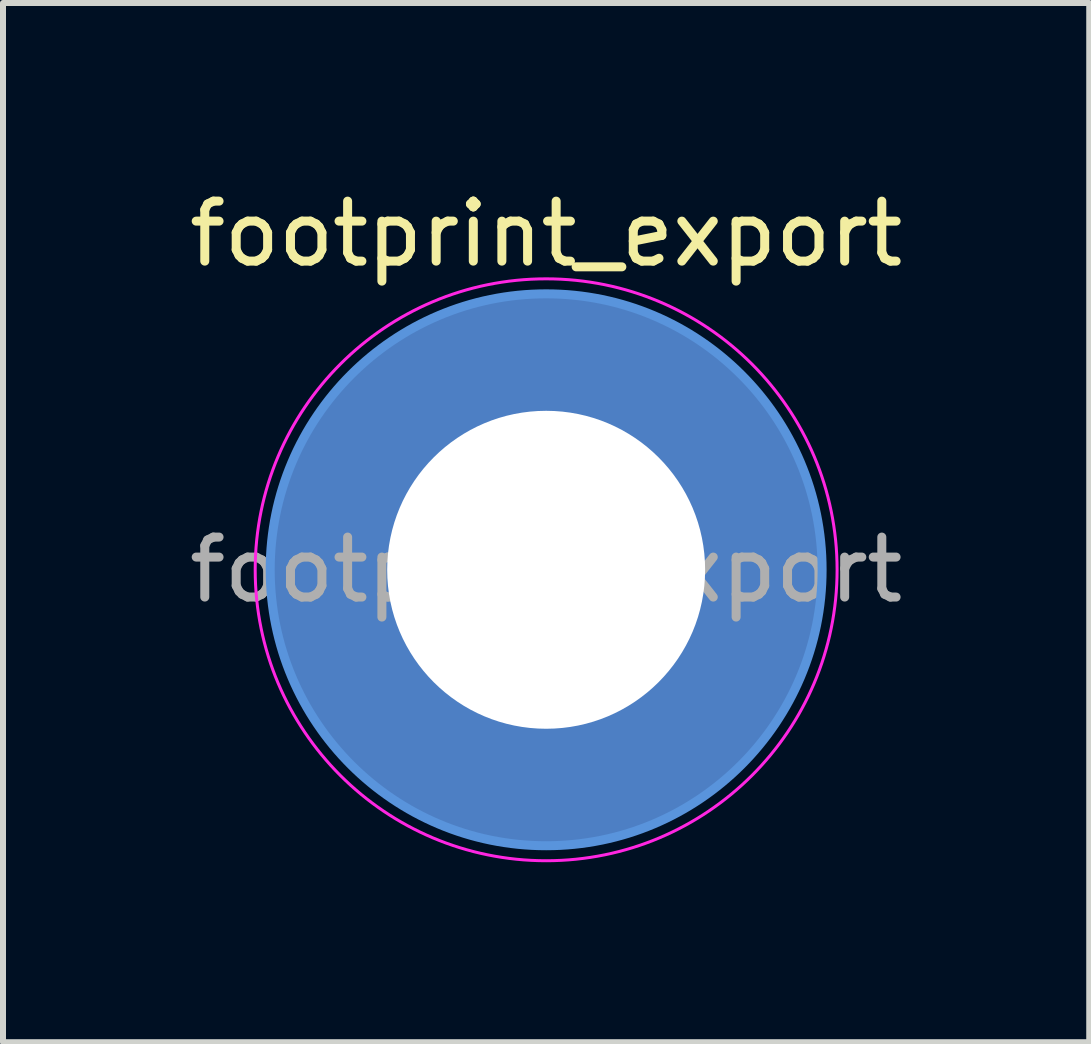
<source format=kicad_pcb>
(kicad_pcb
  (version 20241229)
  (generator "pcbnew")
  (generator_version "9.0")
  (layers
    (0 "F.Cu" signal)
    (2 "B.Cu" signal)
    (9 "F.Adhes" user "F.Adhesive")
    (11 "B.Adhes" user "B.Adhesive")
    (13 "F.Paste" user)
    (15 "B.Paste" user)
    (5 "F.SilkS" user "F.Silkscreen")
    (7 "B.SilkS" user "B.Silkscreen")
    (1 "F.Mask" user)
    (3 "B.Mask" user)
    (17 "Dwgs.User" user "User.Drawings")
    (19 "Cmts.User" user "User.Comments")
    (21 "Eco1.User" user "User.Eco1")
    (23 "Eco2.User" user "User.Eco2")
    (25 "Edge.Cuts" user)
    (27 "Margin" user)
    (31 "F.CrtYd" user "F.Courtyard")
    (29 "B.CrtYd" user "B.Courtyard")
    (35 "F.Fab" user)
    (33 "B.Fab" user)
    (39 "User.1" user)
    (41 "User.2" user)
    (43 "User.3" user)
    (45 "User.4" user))
  (footprint "footprint_export"
    (layer "F.Cu")
    (at 6.054 6.448)
    (property "Reference" "footprint_export" (at 0 -5.6 0) (layer "F.SilkS") (effects (font (size 1 1) (thickness 0.15))))
    (attr exclude_from_pos_files exclude_from_bom)
    (fp_circle (center 0 0) (end 4.6 0) (stroke (width 0.15) (type solid)) (fill no) (layer "Cmts.User"))
    (fp_circle (center 0 0) (end 4.85 0) (stroke (width 0.05) (type solid)) (fill no) (layer "F.CrtYd"))
    (fp_text user "${REFERENCE}" (at 0 0 0) (layer "F.Fab") (effects (font (size 1 1) (thickness 0.15))))
    (pad "1" thru_hole circle (at 0 0) (size 5.7 5.7) (drill 5.3) (layers "*.Cu" "*.Mask"))
    (pad "1" connect circle (at 0 0) (size 9.2 9.2) (layers "F.Cu" "F.Mask"))
    (pad "1" connect circle (at 0 0) (size 9.2 9.2) (layers "B.Cu" "B.Mask")))
  (gr_rect
    (start -3 -3)
    (end 15.107 14.323)
    (stroke (width 0.1) (type default))
    (fill no)
    (layer "Edge.Cuts")))
</source>
